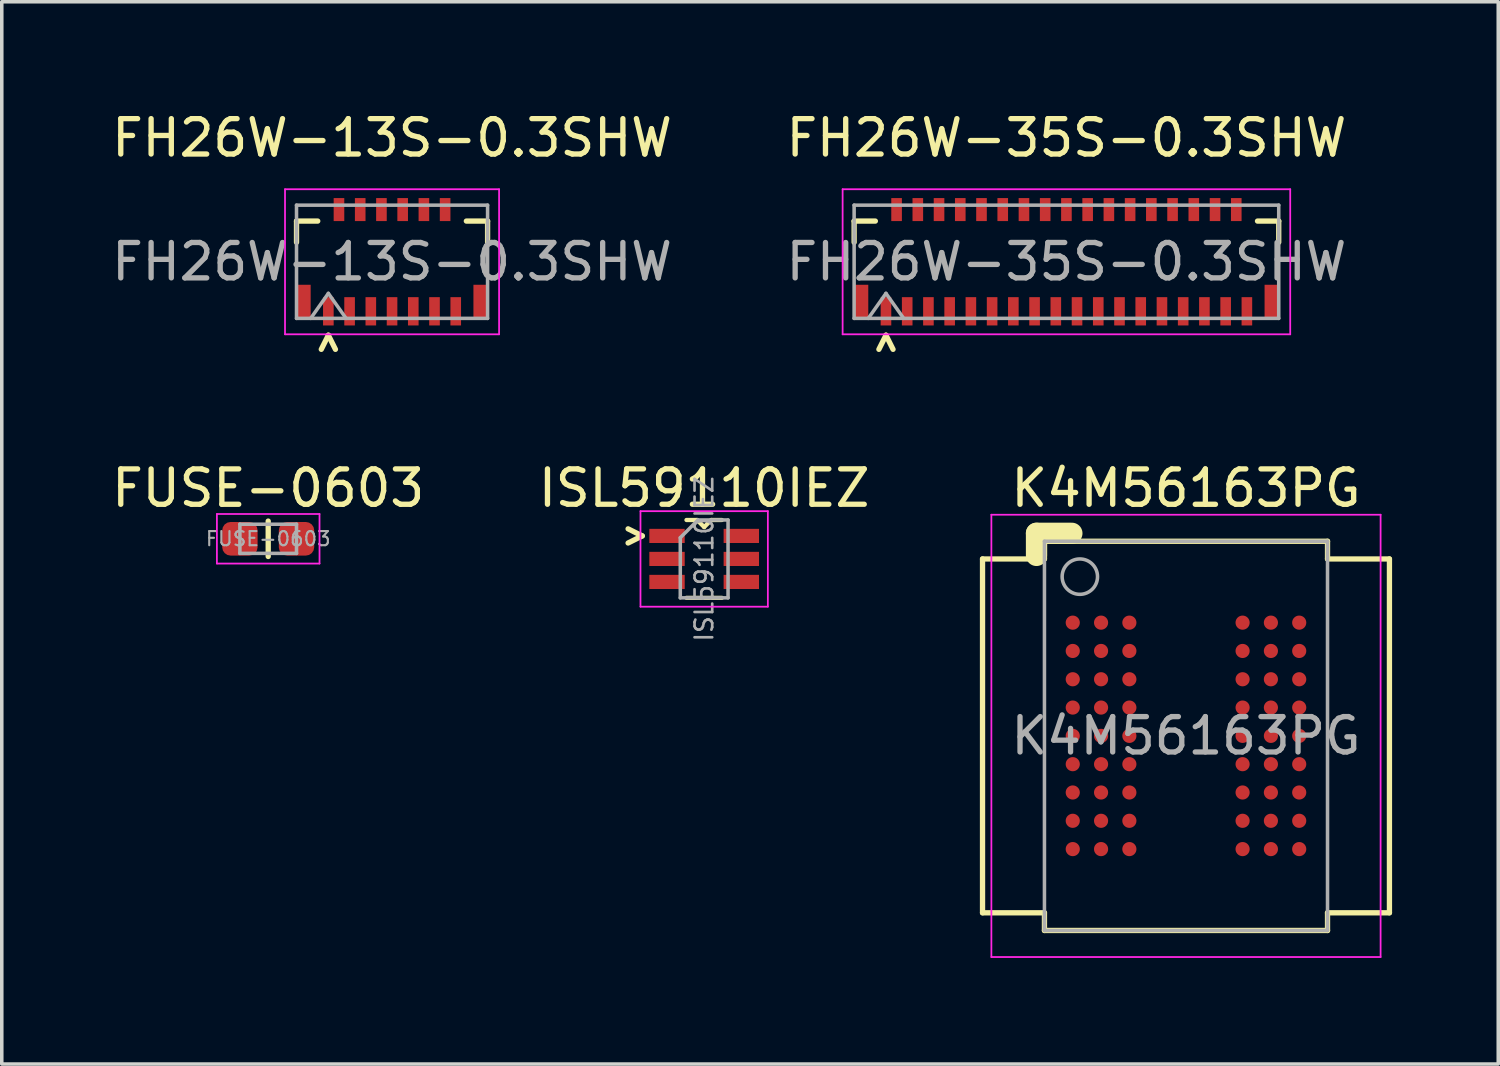
<source format=kicad_pcb>
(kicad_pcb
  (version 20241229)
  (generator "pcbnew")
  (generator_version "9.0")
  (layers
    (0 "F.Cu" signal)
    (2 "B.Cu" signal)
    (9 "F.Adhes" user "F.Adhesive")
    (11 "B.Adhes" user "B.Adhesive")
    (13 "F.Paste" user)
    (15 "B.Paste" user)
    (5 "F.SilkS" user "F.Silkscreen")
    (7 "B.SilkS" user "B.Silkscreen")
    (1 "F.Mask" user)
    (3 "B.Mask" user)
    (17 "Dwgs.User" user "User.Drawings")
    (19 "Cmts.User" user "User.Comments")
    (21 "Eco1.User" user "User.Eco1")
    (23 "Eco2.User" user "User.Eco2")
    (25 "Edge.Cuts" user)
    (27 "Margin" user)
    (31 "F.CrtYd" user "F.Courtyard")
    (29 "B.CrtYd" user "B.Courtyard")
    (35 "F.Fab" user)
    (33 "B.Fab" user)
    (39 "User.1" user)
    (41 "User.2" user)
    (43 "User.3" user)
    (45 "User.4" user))
  (footprint "FH26W-13S-0.3SHW"
    (layer "F.Cu")
    (at 8.03 4.348)
    (property "Reference" "FH26W-13S-0.3SHW" (at 0 -3.5 0) (layer "F.SilkS") (effects (font (size 1 1) (thickness 0.15))))
    (attr smd)
    (fp_line (start -2.7 -0.55) (end -2.7 -1.15) (stroke (width 0.15) (type solid)) (layer "F.SilkS"))
    (fp_line (start -2.1 -1.15) (end -2.7 -1.15) (stroke (width 0.15) (type solid)) (layer "F.SilkS"))
    (fp_line (start -1.8 2.075) (end -2 2.475) (stroke (width 0.15) (type default)) (layer "F.SilkS"))
    (fp_line (start -1.6 2.475) (end -1.8 2.075) (stroke (width 0.15) (type default)) (layer "F.SilkS"))
    (fp_line (start 2.1 -1.15) (end 2.7 -1.15) (stroke (width 0.15) (type solid)) (layer "F.SilkS"))
    (fp_line (start 2.7 -0.55) (end 2.7 -1.15) (stroke (width 0.15) (type solid)) (layer "F.SilkS"))
    (fp_line (start -3.025 -2.05) (end -3.025 2.05) (stroke (width 0.05) (type solid)) (layer "F.CrtYd"))
    (fp_line (start -3.025 2.05) (end 3.025 2.05) (stroke (width 0.05) (type solid)) (layer "F.CrtYd"))
    (fp_line (start 3.025 -2.05) (end -3.025 -2.05) (stroke (width 0.05) (type solid)) (layer "F.CrtYd"))
    (fp_line (start 3.025 -2.05) (end 3.025 2.05) (stroke (width 0.05) (type solid)) (layer "F.CrtYd"))
    (fp_line (start -2.7 -1.6) (end 2.7 -1.6) (stroke (width 0.1) (type solid)) (layer "F.Fab"))
    (fp_line (start -2.7 1.6) (end -2.7 -1.6) (stroke (width 0.1) (type solid)) (layer "F.Fab"))
    (fp_line (start -2.3 1.6) (end -1.8 0.893) (stroke (width 0.1) (type solid)) (layer "F.Fab"))
    (fp_line (start -1.8 0.893) (end -1.3 1.6) (stroke (width 0.1) (type solid)) (layer "F.Fab"))
    (fp_line (start 2.7 1.6) (end -2.7 1.6) (stroke (width 0.1) (type solid)) (layer "F.Fab"))
    (fp_line (start 2.7 1.6) (end 2.7 -1.6) (stroke (width 0.1) (type solid)) (layer "F.Fab"))
    (fp_text user "${REFERENCE}" (at 0 0 0) (layer "F.Fab") (effects (font (size 1 1) (thickness 0.15))))
    (pad "1" smd rect (at -1.8 1.4) (size 0.3 0.8) (layers "F.Cu" "F.Mask" "F.Paste"))
    (pad "2" smd rect (at -1.5 -1.475) (size 0.3 0.65) (layers "F.Cu" "F.Mask" "F.Paste"))
    (pad "3" smd rect (at -1.2 1.4) (size 0.3 0.8) (layers "F.Cu" "F.Mask" "F.Paste"))
    (pad "4" smd rect (at -0.9 -1.475) (size 0.3 0.65) (layers "F.Cu" "F.Mask" "F.Paste"))
    (pad "5" smd rect (at -0.6 1.4) (size 0.3 0.8) (layers "F.Cu" "F.Mask" "F.Paste"))
    (pad "6" smd rect (at -0.3 -1.475) (size 0.3 0.65) (layers "F.Cu" "F.Mask" "F.Paste"))
    (pad "7" smd rect (at 0 1.4) (size 0.3 0.8) (layers "F.Cu" "F.Mask" "F.Paste"))
    (pad "8" smd rect (at 0.3 -1.475) (size 0.3 0.65) (layers "F.Cu" "F.Mask" "F.Paste"))
    (pad "9" smd rect (at 0.6 1.4) (size 0.3 0.8) (layers "F.Cu" "F.Mask" "F.Paste"))
    (pad "10" smd rect (at 0.9 -1.475) (size 0.3 0.65) (layers "F.Cu" "F.Mask" "F.Paste"))
    (pad "11" smd rect (at 1.2 1.4) (size 0.3 0.8) (layers "F.Cu" "F.Mask" "F.Paste"))
    (pad "12" smd rect (at 1.5 -1.475) (size 0.3 0.65) (layers "F.Cu" "F.Mask" "F.Paste"))
    (pad "13" smd rect (at 1.8 1.4) (size 0.3 0.8) (layers "F.Cu" "F.Mask" "F.Paste"))
    (pad "MH" smd rect (at -2.5 1.125) (size 0.4 0.95) (layers "F.Cu" "F.Mask" "F.Paste"))
    (pad "MH" smd rect (at 2.5 1.125) (size 0.4 0.95) (layers "F.Cu" "F.Mask" "F.Paste")))
  (footprint "ISL59110IEZ"
    (layer "F.Cu")
    (at 16.851 12.746)
    (property "Reference" "ISL59110IEZ" (at 0 -2 0) (layer "F.SilkS") (effects (font (size 1 1) (thickness 0.15))))
    (attr smd)
    (fp_line (start -2.15 -0.45) (end -1.75 -0.65) (stroke (width 0.15) (type default)) (layer "F.SilkS"))
    (fp_line (start -1.75 -0.65) (end -2.15 -0.85) (stroke (width 0.15) (type default)) (layer "F.SilkS"))
    (fp_line (start -0.5 1.1) (end 0.5 1.1) (stroke (width 0.12) (type solid)) (layer "F.SilkS"))
    (fp_line (start -0.2 -1.1) (end -0.5 -1.1) (stroke (width 0.12) (type solid)) (layer "F.SilkS"))
    (fp_line (start -0.2 -1.1) (end 0 -0.9) (stroke (width 0.12) (type solid)) (layer "F.SilkS"))
    (fp_line (start 0.2 -1.1) (end 0 -0.9) (stroke (width 0.12) (type solid)) (layer "F.SilkS"))
    (fp_line (start 0.2 -1.1) (end 0.5 -1.1) (stroke (width 0.12) (type solid)) (layer "F.SilkS"))
    (fp_line (start -1.8 -1.35) (end -1.8 1.35) (stroke (width 0.05) (type solid)) (layer "F.CrtYd"))
    (fp_line (start -1.8 -1.35) (end 1.8 -1.35) (stroke (width 0.05) (type solid)) (layer "F.CrtYd"))
    (fp_line (start -1.8 1.35) (end 1.8 1.35) (stroke (width 0.05) (type solid)) (layer "F.CrtYd"))
    (fp_line (start 1.8 1.35) (end 1.8 -1.35) (stroke (width 0.05) (type solid)) (layer "F.CrtYd"))
    (fp_line (start -0.675 -0.6) (end -0.675 1.1) (stroke (width 0.1) (type solid)) (layer "F.Fab"))
    (fp_line (start -0.175 -1.1) (end -0.675 -0.6) (stroke (width 0.1) (type solid)) (layer "F.Fab"))
    (fp_line (start 0.675 -1.1) (end -0.175 -1.1) (stroke (width 0.1) (type solid)) (layer "F.Fab"))
    (fp_line (start 0.675 -1.1) (end 0.675 1.1) (stroke (width 0.1) (type solid)) (layer "F.Fab"))
    (fp_line (start 0.675 1.1) (end -0.675 1.1) (stroke (width 0.1) (type solid)) (layer "F.Fab"))
    (fp_text user "${REFERENCE}" (at 0 0 90) (layer "F.Fab") (effects (font (size 0.5 0.5) (thickness 0.075))))
    (pad "1" smd rect (at -1.05 -0.65) (size 1 0.4) (layers "F.Cu" "F.Mask" "F.Paste"))
    (pad "2" smd rect (at -1.05 0) (size 1 0.4) (layers "F.Cu" "F.Mask" "F.Paste"))
    (pad "3" smd rect (at -1.05 0.65) (size 1 0.4) (layers "F.Cu" "F.Mask" "F.Paste"))
    (pad "4" smd rect (at 1.05 0.65) (size 1 0.4) (layers "F.Cu" "F.Mask" "F.Paste"))
    (pad "5" smd rect (at 1.05 0) (size 1 0.4) (layers "F.Cu" "F.Mask" "F.Paste"))
    (pad "6" smd rect (at 1.05 -0.65) (size 1 0.4) (layers "F.Cu" "F.Mask" "F.Paste")))
  (footprint "FUSE-0603"
    (layer "F.Cu")
    (at 4.53 12.177)
    (property "Reference" "FUSE-0603" (at 0 -1.43 0) (layer "F.SilkS") (effects (font (size 1 1) (thickness 0.15))))
    (attr smd)
    (fp_line (start 0 0.5) (end 0 -0.5) (stroke (width 0.15) (type solid)) (layer "F.SilkS"))
    (fp_line (start -1.45 -0.7) (end 1.45 -0.7) (stroke (width 0.05) (type solid)) (layer "F.CrtYd"))
    (fp_line (start -1.45 0.7) (end -1.45 -0.7) (stroke (width 0.05) (type solid)) (layer "F.CrtYd"))
    (fp_line (start 1.45 -0.7) (end 1.45 0.7) (stroke (width 0.05) (type solid)) (layer "F.CrtYd"))
    (fp_line (start 1.45 0.7) (end -1.45 0.7) (stroke (width 0.05) (type solid)) (layer "F.CrtYd"))
    (fp_line (start -0.8 -0.412) (end 0.8 -0.412) (stroke (width 0.1) (type solid)) (layer "F.Fab"))
    (fp_line (start -0.8 0.412) (end -0.8 -0.412) (stroke (width 0.1) (type solid)) (layer "F.Fab"))
    (fp_line (start 0.8 -0.412) (end 0.8 0.412) (stroke (width 0.1) (type solid)) (layer "F.Fab"))
    (fp_line (start 0.8 0.412) (end -0.8 0.412) (stroke (width 0.1) (type solid)) (layer "F.Fab"))
    (fp_text user "${REFERENCE}" (at 0 0 0) (layer "F.Fab") (effects (font (size 0.4 0.4) (thickness 0.06))))
    (pad "1" smd roundrect (at -0.8 0) (size 1 0.95) (layers "F.Cu" "F.Mask" "F.Paste") (roundrect_rratio 0.25))
    (pad "2" smd roundrect (at 0.8 0) (size 1 0.95) (layers "F.Cu" "F.Mask" "F.Paste") (roundrect_rratio 0.25)))
  (footprint "K4M56163PG"
    (layer "F.Cu")
    (at 30.468 17.747)
    (property "Reference" "K4M56163PG" (at 0 -7 0) (layer "F.SilkS") (effects (font (size 1 1) (thickness 0.15))))
    (attr smd)
    (fp_line (start -5.75 5) (end -5.75 -5) (stroke (width 0.15) (type solid)) (layer "F.SilkS"))
    (fp_line (start -4.225 -5.1) (end -4.225 -5.725) (stroke (width 0.6) (type solid)) (layer "F.SilkS"))
    (fp_line (start -4 -5.5) (end 4 -5.5) (stroke (width 0.15) (type solid)) (layer "F.SilkS"))
    (fp_line (start -4 -5) (end -5.75 -5) (stroke (width 0.15) (type solid)) (layer "F.SilkS"))
    (fp_line (start -4 -5) (end -4 -5.5) (stroke (width 0.15) (type solid)) (layer "F.SilkS"))
    (fp_line (start -4 5) (end -5.75 5) (stroke (width 0.15) (type solid)) (layer "F.SilkS"))
    (fp_line (start -4 5) (end -4 5.5) (stroke (width 0.15) (type solid)) (layer "F.SilkS"))
    (fp_line (start -4 5.5) (end 4 5.5) (stroke (width 0.15) (type solid)) (layer "F.SilkS"))
    (fp_line (start -3.225 -5.725) (end -4.225 -5.725) (stroke (width 0.6) (type solid)) (layer "F.SilkS"))
    (fp_line (start 4 -5) (end 4 -5.5) (stroke (width 0.15) (type solid)) (layer "F.SilkS"))
    (fp_line (start 4 -5) (end 5.75 -5) (stroke (width 0.15) (type solid)) (layer "F.SilkS"))
    (fp_line (start 4 5) (end 4 5.5) (stroke (width 0.15) (type solid)) (layer "F.SilkS"))
    (fp_line (start 4 5) (end 5.75 5) (stroke (width 0.15) (type solid)) (layer "F.SilkS"))
    (fp_line (start 5.75 5) (end 5.75 -5) (stroke (width 0.15) (type solid)) (layer "F.SilkS"))
    (fp_line (start -5.5 -6.25) (end -5.5 6.25) (stroke (width 0.05) (type solid)) (layer "F.CrtYd"))
    (fp_line (start -5.5 6.25) (end 5.5 6.25) (stroke (width 0.05) (type solid)) (layer "F.CrtYd"))
    (fp_line (start 5.5 -6.25) (end -5.5 -6.25) (stroke (width 0.05) (type solid)) (layer "F.CrtYd"))
    (fp_line (start 5.5 6.25) (end 5.5 -6.25) (stroke (width 0.05) (type solid)) (layer "F.CrtYd"))
    (fp_line (start -4 -5.5) (end -4 5.5) (stroke (width 0.1) (type solid)) (layer "F.Fab"))
    (fp_line (start -4 -5.5) (end 4 -5.5) (stroke (width 0.1) (type solid)) (layer "F.Fab"))
    (fp_line (start 4 -5.5) (end 4 5.5) (stroke (width 0.1) (type solid)) (layer "F.Fab"))
    (fp_line (start 4 5.5) (end -4 5.5) (stroke (width 0.1) (type solid)) (layer "F.Fab"))
    (fp_circle (center -3 -4.5) (end -2.5 -4.5) (stroke (width 0.1) (type default)) (fill no) (layer "F.Fab"))
    (fp_text user "${REFERENCE}" (at 0 0 0) (layer "F.Fab") (effects (font (size 1 1) (thickness 0.15))))
    (pad "A1" smd circle (at -3.2 -3.2) (size 0.4 0.4) (layers "F.Cu" "F.Mask" "F.Paste"))
    (pad "A2" smd circle (at -2.4 -3.2) (size 0.4 0.4) (layers "F.Cu" "F.Mask" "F.Paste"))
    (pad "A3" smd circle (at -1.6 -3.2) (size 0.4 0.4) (layers "F.Cu" "F.Mask" "F.Paste"))
    (pad "A7" smd circle (at 1.6 -3.2) (size 0.4 0.4) (layers "F.Cu" "F.Mask" "F.Paste"))
    (pad "A8" smd circle (at 2.4 -3.2) (size 0.4 0.4) (layers "F.Cu" "F.Mask" "F.Paste"))
    (pad "A9" smd circle (at 3.2 -3.2) (size 0.4 0.4) (layers "F.Cu" "F.Mask" "F.Paste"))
    (pad "B1" smd circle (at -3.2 -2.4) (size 0.4 0.4) (layers "F.Cu" "F.Mask" "F.Paste"))
    (pad "B2" smd circle (at -2.4 -2.4) (size 0.4 0.4) (layers "F.Cu" "F.Mask" "F.Paste"))
    (pad "B3" smd circle (at -1.6 -2.4) (size 0.4 0.4) (layers "F.Cu" "F.Mask" "F.Paste"))
    (pad "B7" smd circle (at 1.6 -2.4) (size 0.4 0.4) (layers "F.Cu" "F.Mask" "F.Paste"))
    (pad "B8" smd circle (at 2.4 -2.4) (size 0.4 0.4) (layers "F.Cu" "F.Mask" "F.Paste"))
    (pad "B9" smd circle (at 3.2 -2.4) (size 0.4 0.4) (layers "F.Cu" "F.Mask" "F.Paste"))
    (pad "C1" smd circle (at -3.2 -1.6) (size 0.4 0.4) (layers "F.Cu" "F.Mask" "F.Paste"))
    (pad "C2" smd circle (at -2.4 -1.6) (size 0.4 0.4) (layers "F.Cu" "F.Mask" "F.Paste"))
    (pad "C3" smd circle (at -1.6 -1.6) (size 0.4 0.4) (layers "F.Cu" "F.Mask" "F.Paste"))
    (pad "C7" smd circle (at 1.6 -1.6) (size 0.4 0.4) (layers "F.Cu" "F.Mask" "F.Paste"))
    (pad "C8" smd circle (at 2.4 -1.6) (size 0.4 0.4) (layers "F.Cu" "F.Mask" "F.Paste"))
    (pad "C9" smd circle (at 3.2 -1.6) (size 0.4 0.4) (layers "F.Cu" "F.Mask" "F.Paste"))
    (pad "D1" smd circle (at -3.2 -0.8) (size 0.4 0.4) (layers "F.Cu" "F.Mask" "F.Paste"))
    (pad "D2" smd circle (at -2.4 -0.8) (size 0.4 0.4) (layers "F.Cu" "F.Mask" "F.Paste"))
    (pad "D3" smd circle (at -1.6 -0.8) (size 0.4 0.4) (layers "F.Cu" "F.Mask" "F.Paste"))
    (pad "D7" smd circle (at 1.6 -0.8) (size 0.4 0.4) (layers "F.Cu" "F.Mask" "F.Paste"))
    (pad "D8" smd circle (at 2.4 -0.8) (size 0.4 0.4) (layers "F.Cu" "F.Mask" "F.Paste"))
    (pad "D9" smd circle (at 3.2 -0.8) (size 0.4 0.4) (layers "F.Cu" "F.Mask" "F.Paste"))
    (pad "E1" smd circle (at -3.2 0) (size 0.4 0.4) (layers "F.Cu" "F.Mask" "F.Paste"))
    (pad "E2" smd circle (at -2.4 0) (size 0.4 0.4) (layers "F.Cu" "F.Mask" "F.Paste"))
    (pad "E3" smd circle (at -1.6 0) (size 0.4 0.4) (layers "F.Cu" "F.Mask" "F.Paste"))
    (pad "E7" smd circle (at 1.6 0) (size 0.4 0.4) (layers "F.Cu" "F.Mask" "F.Paste"))
    (pad "E8" smd circle (at 2.4 0) (size 0.4 0.4) (layers "F.Cu" "F.Mask" "F.Paste"))
    (pad "E9" smd circle (at 3.2 0) (size 0.4 0.4) (layers "F.Cu" "F.Mask" "F.Paste"))
    (pad "F1" smd circle (at -3.2 0.8) (size 0.4 0.4) (layers "F.Cu" "F.Mask" "F.Paste"))
    (pad "F2" smd circle (at -2.4 0.8) (size 0.4 0.4) (layers "F.Cu" "F.Mask" "F.Paste"))
    (pad "F3" smd circle (at -1.6 0.8) (size 0.4 0.4) (layers "F.Cu" "F.Mask" "F.Paste"))
    (pad "F7" smd circle (at 1.6 0.8) (size 0.4 0.4) (layers "F.Cu" "F.Mask" "F.Paste"))
    (pad "F8" smd circle (at 2.4 0.8) (size 0.4 0.4) (layers "F.Cu" "F.Mask" "F.Paste"))
    (pad "F9" smd circle (at 3.2 0.8) (size 0.4 0.4) (layers "F.Cu" "F.Mask" "F.Paste"))
    (pad "G1" smd circle (at -3.2 1.6) (size 0.4 0.4) (layers "F.Cu" "F.Mask" "F.Paste"))
    (pad "G2" smd circle (at -2.4 1.6) (size 0.4 0.4) (layers "F.Cu" "F.Mask" "F.Paste"))
    (pad "G3" smd circle (at -1.6 1.6) (size 0.4 0.4) (layers "F.Cu" "F.Mask" "F.Paste"))
    (pad "G7" smd circle (at 1.6 1.6) (size 0.4 0.4) (layers "F.Cu" "F.Mask" "F.Paste"))
    (pad "G8" smd circle (at 2.4 1.6) (size 0.4 0.4) (layers "F.Cu" "F.Mask" "F.Paste"))
    (pad "G9" smd circle (at 3.2 1.6) (size 0.4 0.4) (layers "F.Cu" "F.Mask" "F.Paste"))
    (pad "H1" smd circle (at -3.2 2.4) (size 0.4 0.4) (layers "F.Cu" "F.Mask" "F.Paste"))
    (pad "H2" smd circle (at -2.4 2.4) (size 0.4 0.4) (layers "F.Cu" "F.Mask" "F.Paste"))
    (pad "H3" smd circle (at -1.6 2.4) (size 0.4 0.4) (layers "F.Cu" "F.Mask" "F.Paste"))
    (pad "H7" smd circle (at 1.6 2.4) (size 0.4 0.4) (layers "F.Cu" "F.Mask" "F.Paste"))
    (pad "H8" smd circle (at 2.4 2.4) (size 0.4 0.4) (layers "F.Cu" "F.Mask" "F.Paste"))
    (pad "H9" smd circle (at 3.2 2.4) (size 0.4 0.4) (layers "F.Cu" "F.Mask" "F.Paste"))
    (pad "J1" smd circle (at -3.2 3.2) (size 0.4 0.4) (layers "F.Cu" "F.Mask" "F.Paste"))
    (pad "J2" smd circle (at -2.4 3.2) (size 0.4 0.4) (layers "F.Cu" "F.Mask" "F.Paste"))
    (pad "J3" smd circle (at -1.6 3.2) (size 0.4 0.4) (layers "F.Cu" "F.Mask" "F.Paste"))
    (pad "J7" smd circle (at 1.6 3.2) (size 0.4 0.4) (layers "F.Cu" "F.Mask" "F.Paste"))
    (pad "J8" smd circle (at 2.4 3.2) (size 0.4 0.4) (layers "F.Cu" "F.Mask" "F.Paste"))
    (pad "J9" smd circle (at 3.2 3.2) (size 0.4 0.4) (layers "F.Cu" "F.Mask" "F.Paste")))
  (footprint "FH26W-35S-0.3SHW"
    (layer "F.Cu")
    (at 27.089 4.348)
    (property "Reference" "FH26W-35S-0.3SHW" (at 0 -3.5 0) (layer "F.SilkS") (effects (font (size 1 1) (thickness 0.15))))
    (attr smd)
    (fp_line (start -6 -0.55) (end -6 -1.15) (stroke (width 0.15) (type solid)) (layer "F.SilkS"))
    (fp_line (start -5.4 -1.15) (end -6 -1.15) (stroke (width 0.15) (type solid)) (layer "F.SilkS"))
    (fp_line (start -5.1 2.075) (end -5.3 2.475) (stroke (width 0.15) (type default)) (layer "F.SilkS"))
    (fp_line (start -4.9 2.475) (end -5.1 2.075) (stroke (width 0.15) (type default)) (layer "F.SilkS"))
    (fp_line (start 5.4 -1.15) (end 6 -1.15) (stroke (width 0.15) (type solid)) (layer "F.SilkS"))
    (fp_line (start 6 -0.55) (end 6 -1.15) (stroke (width 0.15) (type solid)) (layer "F.SilkS"))
    (fp_line (start -6.325 -2.05) (end -6.325 2.05) (stroke (width 0.05) (type solid)) (layer "F.CrtYd"))
    (fp_line (start -6.325 2.05) (end 6.325 2.05) (stroke (width 0.05) (type solid)) (layer "F.CrtYd"))
    (fp_line (start 6.325 -2.05) (end -6.325 -2.05) (stroke (width 0.05) (type solid)) (layer "F.CrtYd"))
    (fp_line (start 6.325 -2.05) (end 6.325 2.05) (stroke (width 0.05) (type solid)) (layer "F.CrtYd"))
    (fp_line (start -6 -1.6) (end 6 -1.6) (stroke (width 0.1) (type solid)) (layer "F.Fab"))
    (fp_line (start -6 1.6) (end -6 -1.6) (stroke (width 0.1) (type solid)) (layer "F.Fab"))
    (fp_line (start -5.6 1.6) (end -5.1 0.893) (stroke (width 0.1) (type solid)) (layer "F.Fab"))
    (fp_line (start -5.1 0.893) (end -4.6 1.6) (stroke (width 0.1) (type solid)) (layer "F.Fab"))
    (fp_line (start 6 1.6) (end -6 1.6) (stroke (width 0.1) (type solid)) (layer "F.Fab"))
    (fp_line (start 6 1.6) (end 6 -1.6) (stroke (width 0.1) (type solid)) (layer "F.Fab"))
    (fp_text user "${REFERENCE}" (at 0 0 0) (layer "F.Fab") (effects (font (size 1 1) (thickness 0.15))))
    (pad "1" smd rect (at -5.1 1.4) (size 0.3 0.8) (layers "F.Cu" "F.Mask" "F.Paste"))
    (pad "2" smd rect (at -4.8 -1.475) (size 0.3 0.65) (layers "F.Cu" "F.Mask" "F.Paste"))
    (pad "3" smd rect (at -4.5 1.4) (size 0.3 0.8) (layers "F.Cu" "F.Mask" "F.Paste"))
    (pad "4" smd rect (at -4.2 -1.475) (size 0.3 0.65) (layers "F.Cu" "F.Mask" "F.Paste"))
    (pad "5" smd rect (at -3.9 1.4) (size 0.3 0.8) (layers "F.Cu" "F.Mask" "F.Paste"))
    (pad "6" smd rect (at -3.6 -1.475) (size 0.3 0.65) (layers "F.Cu" "F.Mask" "F.Paste"))
    (pad "7" smd rect (at -3.3 1.4) (size 0.3 0.8) (layers "F.Cu" "F.Mask" "F.Paste"))
    (pad "8" smd rect (at -3 -1.475) (size 0.3 0.65) (layers "F.Cu" "F.Mask" "F.Paste"))
    (pad "9" smd rect (at -2.7 1.4) (size 0.3 0.8) (layers "F.Cu" "F.Mask" "F.Paste"))
    (pad "10" smd rect (at -2.4 -1.475) (size 0.3 0.65) (layers "F.Cu" "F.Mask" "F.Paste"))
    (pad "11" smd rect (at -2.1 1.4) (size 0.3 0.8) (layers "F.Cu" "F.Mask" "F.Paste"))
    (pad "12" smd rect (at -1.8 -1.475) (size 0.3 0.65) (layers "F.Cu" "F.Mask" "F.Paste"))
    (pad "13" smd rect (at -1.5 1.4) (size 0.3 0.8) (layers "F.Cu" "F.Mask" "F.Paste"))
    (pad "14" smd rect (at -1.2 -1.475) (size 0.3 0.65) (layers "F.Cu" "F.Mask" "F.Paste"))
    (pad "15" smd rect (at -0.9 1.4) (size 0.3 0.8) (layers "F.Cu" "F.Mask" "F.Paste"))
    (pad "16" smd rect (at -0.6 -1.475) (size 0.3 0.65) (layers "F.Cu" "F.Mask" "F.Paste"))
    (pad "17" smd rect (at -0.3 1.4) (size 0.3 0.8) (layers "F.Cu" "F.Mask" "F.Paste"))
    (pad "18" smd rect (at 0 -1.475) (size 0.3 0.65) (layers "F.Cu" "F.Mask" "F.Paste"))
    (pad "19" smd rect (at 0.3 1.4) (size 0.3 0.8) (layers "F.Cu" "F.Mask" "F.Paste"))
    (pad "20" smd rect (at 0.6 -1.475) (size 0.3 0.65) (layers "F.Cu" "F.Mask" "F.Paste"))
    (pad "21" smd rect (at 0.9 1.4) (size 0.3 0.8) (layers "F.Cu" "F.Mask" "F.Paste"))
    (pad "22" smd rect (at 1.2 -1.475) (size 0.3 0.65) (layers "F.Cu" "F.Mask" "F.Paste"))
    (pad "23" smd rect (at 1.5 1.4) (size 0.3 0.8) (layers "F.Cu" "F.Mask" "F.Paste"))
    (pad "24" smd rect (at 1.8 -1.475) (size 0.3 0.65) (layers "F.Cu" "F.Mask" "F.Paste"))
    (pad "25" smd rect (at 2.1 1.4) (size 0.3 0.8) (layers "F.Cu" "F.Mask" "F.Paste"))
    (pad "26" smd rect (at 2.4 -1.475) (size 0.3 0.65) (layers "F.Cu" "F.Mask" "F.Paste"))
    (pad "27" smd rect (at 2.7 1.4) (size 0.3 0.8) (layers "F.Cu" "F.Mask" "F.Paste"))
    (pad "28" smd rect (at 3 -1.475) (size 0.3 0.65) (layers "F.Cu" "F.Mask" "F.Paste"))
    (pad "29" smd rect (at 3.3 1.4) (size 0.3 0.8) (layers "F.Cu" "F.Mask" "F.Paste"))
    (pad "30" smd rect (at 3.6 -1.475) (size 0.3 0.65) (layers "F.Cu" "F.Mask" "F.Paste"))
    (pad "31" smd rect (at 3.9 1.4) (size 0.3 0.8) (layers "F.Cu" "F.Mask" "F.Paste"))
    (pad "32" smd rect (at 4.2 -1.475) (size 0.3 0.65) (layers "F.Cu" "F.Mask" "F.Paste"))
    (pad "33" smd rect (at 4.5 1.4) (size 0.3 0.8) (layers "F.Cu" "F.Mask" "F.Paste"))
    (pad "34" smd rect (at 4.8 -1.475) (size 0.3 0.65) (layers "F.Cu" "F.Mask" "F.Paste"))
    (pad "35" smd rect (at 5.1 1.4) (size 0.3 0.8) (layers "F.Cu" "F.Mask" "F.Paste"))
    (pad "MH" smd rect (at -5.8 1.125) (size 0.4 0.95) (layers "F.Cu" "F.Mask" "F.Paste"))
    (pad "MH" smd rect (at 5.8 1.125) (size 0.4 0.95) (layers "F.Cu" "F.Mask" "F.Paste")))
  (gr_rect
    (start -3 -3)
    (end 39.293 27.021)
    (stroke (width 0.1) (type default))
    (fill no)
    (layer "Edge.Cuts")))
</source>
